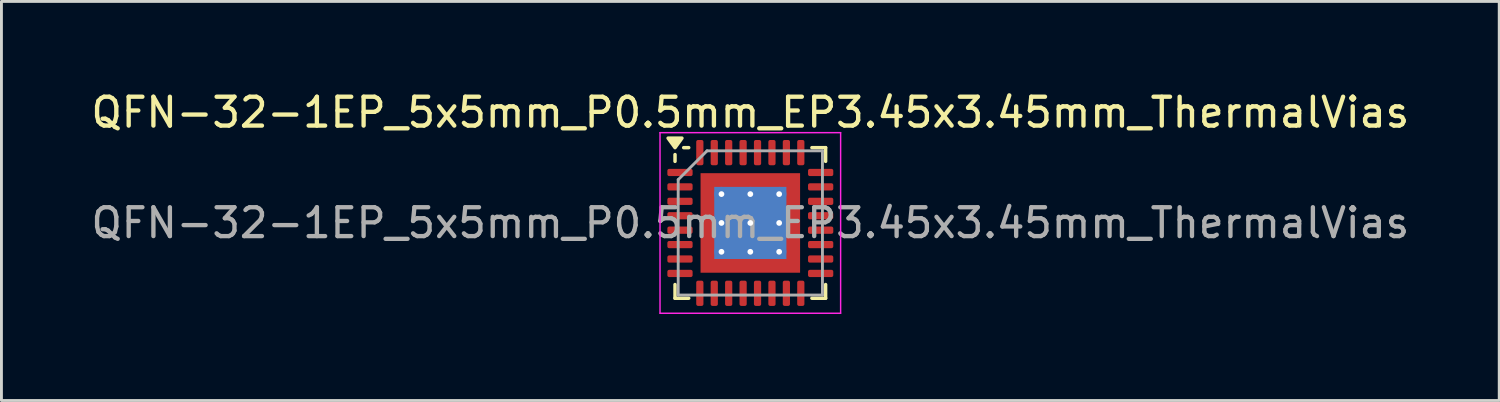
<source format=kicad_pcb>
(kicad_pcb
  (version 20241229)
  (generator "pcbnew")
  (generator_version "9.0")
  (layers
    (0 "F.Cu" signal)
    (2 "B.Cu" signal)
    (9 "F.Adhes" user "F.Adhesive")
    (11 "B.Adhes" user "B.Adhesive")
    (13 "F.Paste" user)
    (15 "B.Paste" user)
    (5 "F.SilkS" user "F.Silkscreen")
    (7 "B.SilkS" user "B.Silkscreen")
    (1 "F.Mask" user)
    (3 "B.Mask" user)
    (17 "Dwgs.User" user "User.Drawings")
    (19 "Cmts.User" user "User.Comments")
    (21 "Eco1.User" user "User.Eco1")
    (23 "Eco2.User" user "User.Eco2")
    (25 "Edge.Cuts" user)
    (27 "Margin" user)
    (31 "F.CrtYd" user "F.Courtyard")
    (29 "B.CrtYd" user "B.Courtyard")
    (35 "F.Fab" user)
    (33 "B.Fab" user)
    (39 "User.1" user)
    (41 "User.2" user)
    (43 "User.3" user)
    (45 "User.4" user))
  (footprint "QFN-32-1EP_5x5mm_P0.5mm_EP3.45x3.45mm_ThermalVias"
    (layer "F.Cu")
    (at 22.958 4.678)
    (property "Reference" "QFN-32-1EP_5x5mm_P0.5mm_EP3.45x3.45mm_ThermalVias" (at 0 -3.83 0) (layer "F.SilkS") (effects (font (size 1 1) (thickness 0.15))))
    (attr smd)
    (fp_line (start -2.61 -2.135) (end -2.61 -2.37) (stroke (width 0.12) (type solid)) (layer "F.SilkS"))
    (fp_line (start -2.61 2.61) (end -2.61 2.135) (stroke (width 0.12) (type solid)) (layer "F.SilkS"))
    (fp_line (start -2.135 -2.61) (end -2.31 -2.61) (stroke (width 0.12) (type solid)) (layer "F.SilkS"))
    (fp_line (start -2.135 2.61) (end -2.61 2.61) (stroke (width 0.12) (type solid)) (layer "F.SilkS"))
    (fp_line (start 2.135 -2.61) (end 2.61 -2.61) (stroke (width 0.12) (type solid)) (layer "F.SilkS"))
    (fp_line (start 2.135 2.61) (end 2.61 2.61) (stroke (width 0.12) (type solid)) (layer "F.SilkS"))
    (fp_line (start 2.61 -2.61) (end 2.61 -2.135) (stroke (width 0.12) (type solid)) (layer "F.SilkS"))
    (fp_line (start 2.61 2.61) (end 2.61 2.135) (stroke (width 0.12) (type solid)) (layer "F.SilkS"))
    (fp_poly (pts (xy -2.61 -2.61) (xy -2.85 -2.94) (xy -2.37 -2.94) (xy -2.61 -2.61)) (stroke (width 0.12) (type solid)) (fill yes) (layer "F.SilkS"))
    (fp_line (start -3.13 -3.13) (end -3.13 3.13) (stroke (width 0.05) (type solid)) (layer "F.CrtYd"))
    (fp_line (start -3.13 3.13) (end 3.13 3.13) (stroke (width 0.05) (type solid)) (layer "F.CrtYd"))
    (fp_line (start 3.13 -3.13) (end -3.13 -3.13) (stroke (width 0.05) (type solid)) (layer "F.CrtYd"))
    (fp_line (start 3.13 3.13) (end 3.13 -3.13) (stroke (width 0.05) (type solid)) (layer "F.CrtYd"))
    (fp_line (start -2.5 -1.5) (end -1.5 -2.5) (stroke (width 0.1) (type solid)) (layer "F.Fab"))
    (fp_line (start -2.5 2.5) (end -2.5 -1.5) (stroke (width 0.1) (type solid)) (layer "F.Fab"))
    (fp_line (start -1.5 -2.5) (end 2.5 -2.5) (stroke (width 0.1) (type solid)) (layer "F.Fab"))
    (fp_line (start 2.5 -2.5) (end 2.5 2.5) (stroke (width 0.1) (type solid)) (layer "F.Fab"))
    (fp_line (start 2.5 2.5) (end -2.5 2.5) (stroke (width 0.1) (type solid)) (layer "F.Fab"))
    (fp_text user "${REFERENCE}" (at 0 0 0) (layer "F.Fab") (effects (font (size 1 1) (thickness 0.15))))
    (pad "" smd custom (at -1.363 -1.363) (size 0.484 0.484) (layers "F.Paste") (options (anchor circle)) (primitives (gr_poly (pts (xy -0.192 -0.192) (xy 0.192 -0.192) (xy 0.192 0.108) (xy 0.108 0.192) (xy -0.192 0.192)) (width 0.201) (fill yes))))
    (pad "" smd custom (at -1.363 -0.5) (size 0.503 0.503) (layers "F.Paste") (options (anchor circle)) (primitives (gr_poly (pts (xy -0.21 -0.321) (xy 0.143 -0.321) (xy 0.21 -0.254) (xy 0.21 0.254) (xy 0.143 0.321) (xy -0.21 0.321)) (width 0.164) (fill yes))))
    (pad "" smd custom (at -1.363 0.5) (size 0.503 0.503) (layers "F.Paste") (options (anchor circle)) (primitives (gr_poly (pts (xy -0.21 -0.321) (xy 0.143 -0.321) (xy 0.21 -0.254) (xy 0.21 0.254) (xy 0.143 0.321) (xy -0.21 0.321)) (width 0.164) (fill yes))))
    (pad "" smd custom (at -1.363 1.363) (size 0.484 0.484) (layers "F.Paste") (options (anchor circle)) (primitives (gr_poly (pts (xy -0.192 -0.192) (xy 0.108 -0.192) (xy 0.192 -0.108) (xy 0.192 0.192) (xy -0.192 0.192)) (width 0.201) (fill yes))))
    (pad "" smd custom (at -0.5 -1.363) (size 0.503 0.503) (layers "F.Paste") (options (anchor circle)) (primitives (gr_poly (pts (xy -0.321 -0.21) (xy 0.321 -0.21) (xy 0.321 0.143) (xy 0.254 0.21) (xy -0.254 0.21) (xy -0.321 0.143)) (width 0.164) (fill yes))))
    (pad "" smd roundrect (at -0.5 -0.5) (size 0.806 0.806) (layers "F.Paste") (roundrect_rratio 0.25))
    (pad "" smd roundrect (at -0.5 0.5) (size 0.806 0.806) (layers "F.Paste") (roundrect_rratio 0.25))
    (pad "" smd custom (at -0.5 1.363) (size 0.503 0.503) (layers "F.Paste") (options (anchor circle)) (primitives (gr_poly (pts (xy -0.321 -0.143) (xy -0.254 -0.21) (xy 0.254 -0.21) (xy 0.321 -0.143) (xy 0.321 0.21) (xy -0.321 0.21)) (width 0.164) (fill yes))))
    (pad "" smd custom (at 0.5 -1.363) (size 0.503 0.503) (layers "F.Paste") (options (anchor circle)) (primitives (gr_poly (pts (xy -0.321 -0.21) (xy 0.321 -0.21) (xy 0.321 0.143) (xy 0.254 0.21) (xy -0.254 0.21) (xy -0.321 0.143)) (width 0.164) (fill yes))))
    (pad "" smd roundrect (at 0.5 -0.5) (size 0.806 0.806) (layers "F.Paste") (roundrect_rratio 0.25))
    (pad "" smd roundrect (at 0.5 0.5) (size 0.806 0.806) (layers "F.Paste") (roundrect_rratio 0.25))
    (pad "" smd custom (at 0.5 1.363) (size 0.503 0.503) (layers "F.Paste") (options (anchor circle)) (primitives (gr_poly (pts (xy -0.321 -0.143) (xy -0.254 -0.21) (xy 0.254 -0.21) (xy 0.321 -0.143) (xy 0.321 0.21) (xy -0.321 0.21)) (width 0.164) (fill yes))))
    (pad "" smd custom (at 1.363 -1.363) (size 0.484 0.484) (layers "F.Paste") (options (anchor circle)) (primitives (gr_poly (pts (xy -0.192 -0.192) (xy 0.192 -0.192) (xy 0.192 0.192) (xy -0.108 0.192) (xy -0.192 0.108)) (width 0.201) (fill yes))))
    (pad "" smd custom (at 1.363 -0.5) (size 0.503 0.503) (layers "F.Paste") (options (anchor circle)) (primitives (gr_poly (pts (xy -0.21 -0.254) (xy -0.143 -0.321) (xy 0.21 -0.321) (xy 0.21 0.321) (xy -0.143 0.321) (xy -0.21 0.254)) (width 0.164) (fill yes))))
    (pad "" smd custom (at 1.363 0.5) (size 0.503 0.503) (layers "F.Paste") (options (anchor circle)) (primitives (gr_poly (pts (xy -0.21 -0.254) (xy -0.143 -0.321) (xy 0.21 -0.321) (xy 0.21 0.321) (xy -0.143 0.321) (xy -0.21 0.254)) (width 0.164) (fill yes))))
    (pad "" smd custom (at 1.363 1.363) (size 0.484 0.484) (layers "F.Paste") (options (anchor circle)) (primitives (gr_poly (pts (xy -0.192 -0.108) (xy -0.108 -0.192) (xy 0.192 -0.192) (xy 0.192 0.192) (xy -0.192 0.192)) (width 0.201) (fill yes))))
    (pad "1" smd roundrect (at -2.438 -1.75) (size 0.875 0.25) (layers "F.Cu" "F.Mask" "F.Paste") (roundrect_rratio 0.25))
    (pad "2" smd roundrect (at -2.438 -1.25) (size 0.875 0.25) (layers "F.Cu" "F.Mask" "F.Paste") (roundrect_rratio 0.25))
    (pad "3" smd roundrect (at -2.438 -0.75) (size 0.875 0.25) (layers "F.Cu" "F.Mask" "F.Paste") (roundrect_rratio 0.25))
    (pad "4" smd roundrect (at -2.438 -0.25) (size 0.875 0.25) (layers "F.Cu" "F.Mask" "F.Paste") (roundrect_rratio 0.25))
    (pad "5" smd roundrect (at -2.438 0.25) (size 0.875 0.25) (layers "F.Cu" "F.Mask" "F.Paste") (roundrect_rratio 0.25))
    (pad "6" smd roundrect (at -2.438 0.75) (size 0.875 0.25) (layers "F.Cu" "F.Mask" "F.Paste") (roundrect_rratio 0.25))
    (pad "7" smd roundrect (at -2.438 1.25) (size 0.875 0.25) (layers "F.Cu" "F.Mask" "F.Paste") (roundrect_rratio 0.25))
    (pad "8" smd roundrect (at -2.438 1.75) (size 0.875 0.25) (layers "F.Cu" "F.Mask" "F.Paste") (roundrect_rratio 0.25))
    (pad "9" smd roundrect (at -1.75 2.438) (size 0.25 0.875) (layers "F.Cu" "F.Mask" "F.Paste") (roundrect_rratio 0.25))
    (pad "10" smd roundrect (at -1.25 2.438) (size 0.25 0.875) (layers "F.Cu" "F.Mask" "F.Paste") (roundrect_rratio 0.25))
    (pad "11" smd roundrect (at -0.75 2.438) (size 0.25 0.875) (layers "F.Cu" "F.Mask" "F.Paste") (roundrect_rratio 0.25))
    (pad "12" smd roundrect (at -0.25 2.438) (size 0.25 0.875) (layers "F.Cu" "F.Mask" "F.Paste") (roundrect_rratio 0.25))
    (pad "13" smd roundrect (at 0.25 2.438) (size 0.25 0.875) (layers "F.Cu" "F.Mask" "F.Paste") (roundrect_rratio 0.25))
    (pad "14" smd roundrect (at 0.75 2.438) (size 0.25 0.875) (layers "F.Cu" "F.Mask" "F.Paste") (roundrect_rratio 0.25))
    (pad "15" smd roundrect (at 1.25 2.438) (size 0.25 0.875) (layers "F.Cu" "F.Mask" "F.Paste") (roundrect_rratio 0.25))
    (pad "16" smd roundrect (at 1.75 2.438) (size 0.25 0.875) (layers "F.Cu" "F.Mask" "F.Paste") (roundrect_rratio 0.25))
    (pad "17" smd roundrect (at 2.438 1.75) (size 0.875 0.25) (layers "F.Cu" "F.Mask" "F.Paste") (roundrect_rratio 0.25))
    (pad "18" smd roundrect (at 2.438 1.25) (size 0.875 0.25) (layers "F.Cu" "F.Mask" "F.Paste") (roundrect_rratio 0.25))
    (pad "19" smd roundrect (at 2.438 0.75) (size 0.875 0.25) (layers "F.Cu" "F.Mask" "F.Paste") (roundrect_rratio 0.25))
    (pad "20" smd roundrect (at 2.438 0.25) (size 0.875 0.25) (layers "F.Cu" "F.Mask" "F.Paste") (roundrect_rratio 0.25))
    (pad "21" smd roundrect (at 2.438 -0.25) (size 0.875 0.25) (layers "F.Cu" "F.Mask" "F.Paste") (roundrect_rratio 0.25))
    (pad "22" smd roundrect (at 2.438 -0.75) (size 0.875 0.25) (layers "F.Cu" "F.Mask" "F.Paste") (roundrect_rratio 0.25))
    (pad "23" smd roundrect (at 2.438 -1.25) (size 0.875 0.25) (layers "F.Cu" "F.Mask" "F.Paste") (roundrect_rratio 0.25))
    (pad "24" smd roundrect (at 2.438 -1.75) (size 0.875 0.25) (layers "F.Cu" "F.Mask" "F.Paste") (roundrect_rratio 0.25))
    (pad "25" smd roundrect (at 1.75 -2.438) (size 0.25 0.875) (layers "F.Cu" "F.Mask" "F.Paste") (roundrect_rratio 0.25))
    (pad "26" smd roundrect (at 1.25 -2.438) (size 0.25 0.875) (layers "F.Cu" "F.Mask" "F.Paste") (roundrect_rratio 0.25))
    (pad "27" smd roundrect (at 0.75 -2.438) (size 0.25 0.875) (layers "F.Cu" "F.Mask" "F.Paste") (roundrect_rratio 0.25))
    (pad "28" smd roundrect (at 0.25 -2.438) (size 0.25 0.875) (layers "F.Cu" "F.Mask" "F.Paste") (roundrect_rratio 0.25))
    (pad "29" smd roundrect (at -0.25 -2.438) (size 0.25 0.875) (layers "F.Cu" "F.Mask" "F.Paste") (roundrect_rratio 0.25))
    (pad "30" smd roundrect (at -0.75 -2.438) (size 0.25 0.875) (layers "F.Cu" "F.Mask" "F.Paste") (roundrect_rratio 0.25))
    (pad "31" smd roundrect (at -1.25 -2.438) (size 0.25 0.875) (layers "F.Cu" "F.Mask" "F.Paste") (roundrect_rratio 0.25))
    (pad "32" smd roundrect (at -1.75 -2.438) (size 0.25 0.875) (layers "F.Cu" "F.Mask" "F.Paste") (roundrect_rratio 0.25))
    (pad "33" thru_hole circle (at -1 -1) (size 0.5 0.5) (drill 0.2) (property pad_prop_heatsink) (layers "*.Cu"))
    (pad "33" thru_hole circle (at -1 0) (size 0.5 0.5) (drill 0.2) (property pad_prop_heatsink) (layers "*.Cu"))
    (pad "33" thru_hole circle (at -1 1) (size 0.5 0.5) (drill 0.2) (property pad_prop_heatsink) (layers "*.Cu"))
    (pad "33" thru_hole circle (at 0 -1) (size 0.5 0.5) (drill 0.2) (property pad_prop_heatsink) (layers "*.Cu"))
    (pad "33" thru_hole circle (at 0 0) (size 0.5 0.5) (drill 0.2) (property pad_prop_heatsink) (layers "*.Cu"))
    (pad "33" smd rect (at 0 0) (size 2.5 2.5) (property pad_prop_heatsink) (layers "B.Cu"))
    (pad "33" smd rect (at 0 0) (size 3.45 3.45) (property pad_prop_heatsink) (layers "F.Cu" "F.Mask"))
    (pad "33" thru_hole circle (at 0 1) (size 0.5 0.5) (drill 0.2) (property pad_prop_heatsink) (layers "*.Cu"))
    (pad "33" thru_hole circle (at 1 -1) (size 0.5 0.5) (drill 0.2) (property pad_prop_heatsink) (layers "*.Cu"))
    (pad "33" thru_hole circle (at 1 0) (size 0.5 0.5) (drill 0.2) (property pad_prop_heatsink) (layers "*.Cu"))
    (pad "33" thru_hole circle (at 1 1) (size 0.5 0.5) (drill 0.2) (property pad_prop_heatsink) (layers "*.Cu")))
  (gr_rect
    (start -3 -3)
    (end 48.917 10.833)
    (stroke (width 0.1) (type default))
    (fill no)
    (layer "Edge.Cuts")))
</source>
